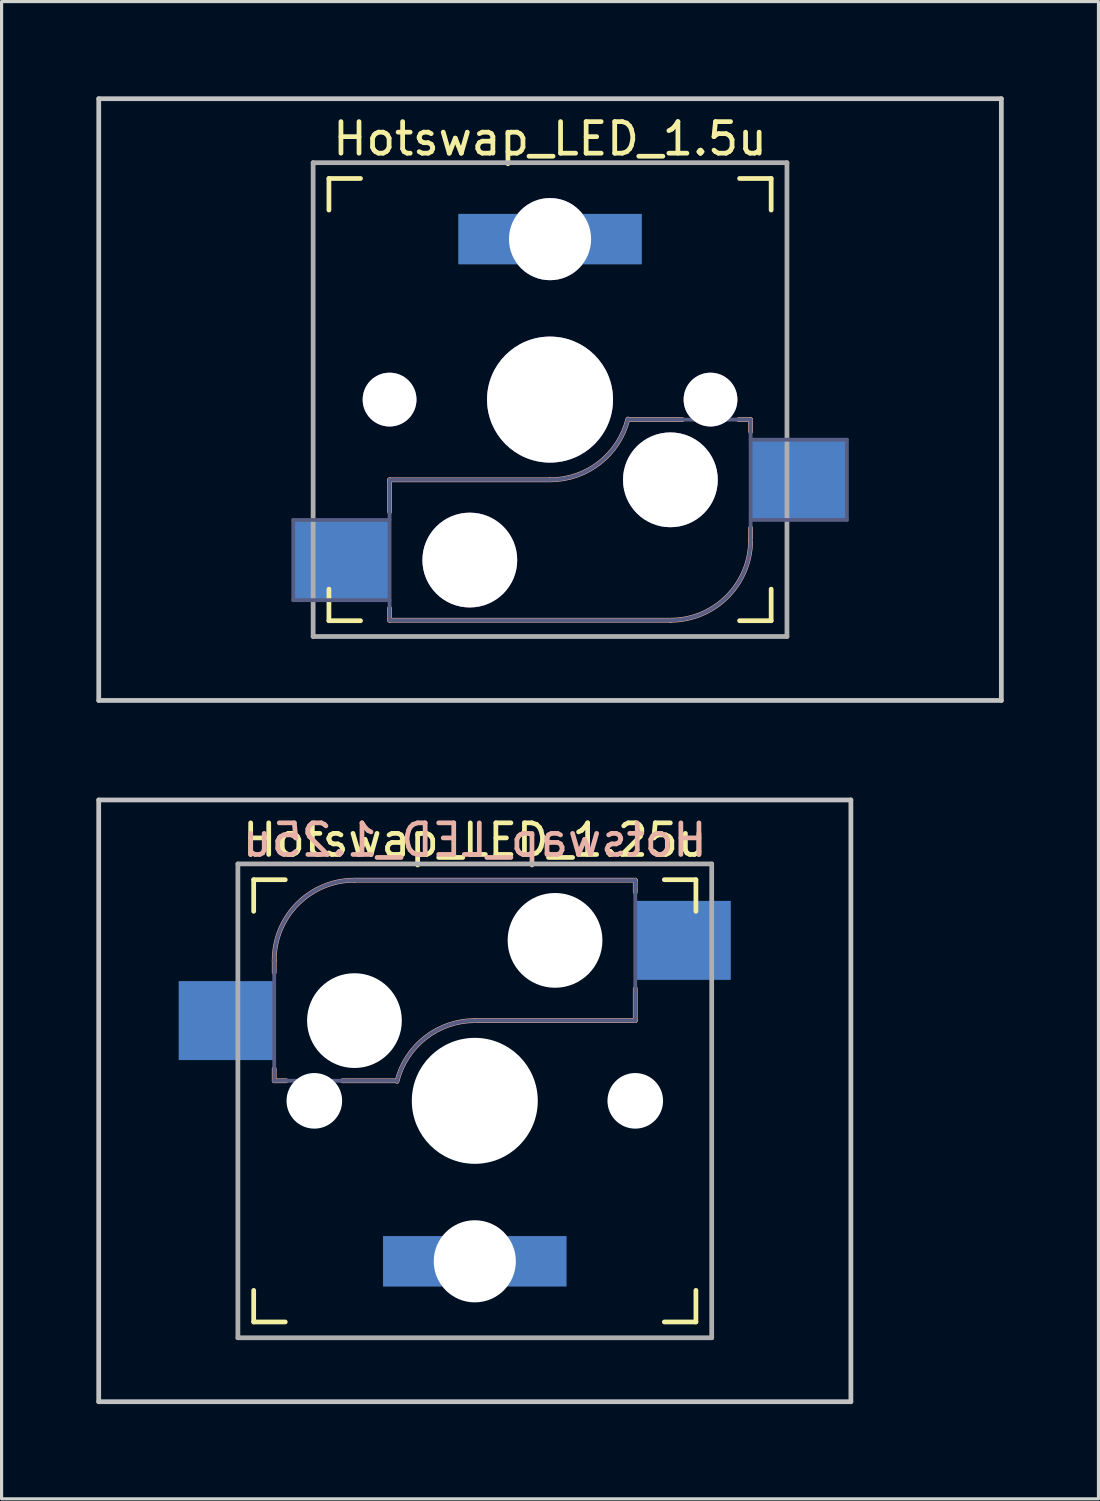
<source format=kicad_pcb>
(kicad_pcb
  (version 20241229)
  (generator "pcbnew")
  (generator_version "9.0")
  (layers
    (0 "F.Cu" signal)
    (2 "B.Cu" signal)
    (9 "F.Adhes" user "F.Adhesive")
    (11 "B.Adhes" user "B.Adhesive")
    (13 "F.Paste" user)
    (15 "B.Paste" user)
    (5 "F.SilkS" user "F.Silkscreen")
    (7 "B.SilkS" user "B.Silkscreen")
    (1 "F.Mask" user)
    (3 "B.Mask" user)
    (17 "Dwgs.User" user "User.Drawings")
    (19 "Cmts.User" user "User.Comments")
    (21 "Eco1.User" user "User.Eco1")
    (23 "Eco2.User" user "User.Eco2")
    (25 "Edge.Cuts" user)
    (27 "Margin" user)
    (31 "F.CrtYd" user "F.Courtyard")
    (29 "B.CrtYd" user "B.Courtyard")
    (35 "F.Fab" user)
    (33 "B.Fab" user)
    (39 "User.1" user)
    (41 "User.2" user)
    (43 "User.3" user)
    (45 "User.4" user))
  (footprint "Hotswap_LED_1.25u"
    (layer "F.Cu")
    (at 11.981 31.8)
    (property "Reference" "Hotswap_LED_1.25u" (at 0 -8.255 0) (layer "F.SilkS") (effects (font (size 1 1) (thickness 0.15))))
    (attr through_hole)
    (fp_line (start -7 -6) (end -7 -7) (stroke (width 0.15) (type solid)) (layer "F.SilkS"))
    (fp_line (start -7 7) (end -7 6) (stroke (width 0.15) (type solid)) (layer "F.SilkS"))
    (fp_line (start -7 7) (end -6 7) (stroke (width 0.15) (type solid)) (layer "F.SilkS"))
    (fp_line (start -6 -7) (end -7 -7) (stroke (width 0.15) (type solid)) (layer "F.SilkS"))
    (fp_line (start 6 7) (end 7 7) (stroke (width 0.15) (type solid)) (layer "F.SilkS"))
    (fp_line (start 7 -7) (end 6 -7) (stroke (width 0.15) (type solid)) (layer "F.SilkS"))
    (fp_line (start 7 -7) (end 7 -6) (stroke (width 0.15) (type solid)) (layer "F.SilkS"))
    (fp_line (start 7 6) (end 7 7) (stroke (width 0.15) (type solid)) (layer "F.SilkS"))
    (fp_line (start -6.35 -4.445) (end -6.35 -4.064) (stroke (width 0.15) (type solid)) (layer "B.SilkS"))
    (fp_line (start -6.35 -1.016) (end -6.35 -0.635) (stroke (width 0.15) (type solid)) (layer "B.SilkS"))
    (fp_line (start -6.35 -0.635) (end -5.969 -0.635) (stroke (width 0.15) (type solid)) (layer "B.SilkS"))
    (fp_line (start -4.191 -0.635) (end -2.54 -0.635) (stroke (width 0.15) (type solid)) (layer "B.SilkS"))
    (fp_line (start 0 -2.54) (end 5.08 -2.54) (stroke (width 0.15) (type solid)) (layer "B.SilkS"))
    (fp_line (start 5.08 -6.985) (end -3.81 -6.985) (stroke (width 0.15) (type solid)) (layer "B.SilkS"))
    (fp_line (start 5.08 -6.604) (end 5.08 -6.985) (stroke (width 0.15) (type solid)) (layer "B.SilkS"))
    (fp_line (start 5.08 -2.54) (end 5.08 -3.556) (stroke (width 0.15) (type solid)) (layer "B.SilkS"))
    (fp_arc (start -6.35 -4.445) (mid -5.606051 -6.241051) (end -3.81 -6.985) (stroke (width 0.15) (type solid)) (layer "B.SilkS"))
    (fp_arc (start -2.464162 -0.61604) (mid -1.563147 -2.002042) (end 0 -2.54) (stroke (width 0.15) (type solid)) (layer "B.SilkS"))
    (fp_line (start -11.906 -9.525) (end 11.906 -9.525) (stroke (width 0.15) (type solid)) (layer "Dwgs.User"))
    (fp_line (start -11.906 9.525) (end -11.906 -9.525) (stroke (width 0.15) (type solid)) (layer "Dwgs.User"))
    (fp_line (start -11.906 9.525) (end 11.906 9.525) (stroke (width 0.15) (type solid)) (layer "Dwgs.User"))
    (fp_line (start 11.906 -9.525) (end 11.906 9.525) (stroke (width 0.15) (type solid)) (layer "Dwgs.User"))
    (fp_line (start -6.9 6.9) (end -6.9 -6.9) (stroke (width 0.15) (type solid)) (layer "Eco2.User"))
    (fp_line (start -6.9 6.9) (end 6.9 6.9) (stroke (width 0.15) (type solid)) (layer "Eco2.User"))
    (fp_line (start 6.9 -6.9) (end -6.9 -6.9) (stroke (width 0.15) (type solid)) (layer "Eco2.User"))
    (fp_line (start 6.9 -6.9) (end 6.9 6.9) (stroke (width 0.15) (type solid)) (layer "Eco2.User"))
    (fp_line (start -6.35 -4.445) (end -6.35 -0.635) (stroke (width 0.12) (type solid)) (layer "B.Fab"))
    (fp_line (start -6.35 -0.635) (end -2.54 -0.635) (stroke (width 0.12) (type solid)) (layer "B.Fab"))
    (fp_line (start 0 -2.54) (end 5.08 -2.54) (stroke (width 0.12) (type solid)) (layer "B.Fab"))
    (fp_line (start 5.08 -6.985) (end -3.81 -6.985) (stroke (width 0.12) (type solid)) (layer "B.Fab"))
    (fp_line (start 5.08 -2.54) (end 5.08 -6.985) (stroke (width 0.12) (type solid)) (layer "B.Fab"))
    (fp_arc (start -6.35 -4.445) (mid -5.606051 -6.241051) (end -3.81 -6.985) (stroke (width 0.12) (type solid)) (layer "B.Fab"))
    (fp_arc (start -2.464162 -0.61604) (mid -1.563147 -2.002042) (end 0 -2.54) (stroke (width 0.12) (type solid)) (layer "B.Fab"))
    (fp_line (start -7.5 -7.5) (end 7.5 -7.5) (stroke (width 0.15) (type solid)) (layer "F.Fab"))
    (fp_line (start -7.5 7.5) (end -7.5 -7.5) (stroke (width 0.15) (type solid)) (layer "F.Fab"))
    (fp_line (start 7.5 -7.5) (end 7.5 7.5) (stroke (width 0.15) (type solid)) (layer "F.Fab"))
    (fp_line (start 7.5 7.5) (end -7.5 7.5) (stroke (width 0.15) (type solid)) (layer "F.Fab"))
    (fp_text user "${REFERENCE}" (at 0 -8.255 0) (layer "B.SilkS") (effects (font (size 1 1) (thickness 0.15)) (justify mirror)))
    (pad "" np_thru_hole circle (at -5.08 0 180) (size 1.76 1.76) (drill 1.76) (layers "*.Cu" "*.Mask"))
    (pad "" np_thru_hole circle (at -3.81 -2.54 180) (size 3 3) (drill 3) (layers "*.Cu" "*.Mask"))
    (pad "" np_thru_hole circle (at 0 0 180) (size 3.988 3.988) (drill 3.988) (layers "*.Cu" "*.Mask"))
    (pad "" np_thru_hole circle (at 0 5.08 180) (size 2.6 2.6) (drill 2.6) (layers "*.Cu" "*.Mask"))
    (pad "" np_thru_hole circle (at 2.54 -5.08 180) (size 3 3) (drill 3) (layers "*.Cu" "*.Mask"))
    (pad "" np_thru_hole circle (at 5.08 0 180) (size 1.76 1.76) (drill 1.76) (layers "*.Cu" "*.Mask"))
    (pad "1" smd rect (at -7.874 -2.54 180) (size 3 2.5) (layers "B.Cu" "B.Mask"))
    (pad "2" smd rect (at 6.604 -5.08 180) (size 3 2.5) (layers "B.Cu" "B.Mask"))
    (pad "A" smd rect (at -1.905 5.08 180) (size 2 1.598) (layers "B.Cu" "B.Mask"))
    (pad "K" smd rect (at 1.905 5.08 180) (size 2 1.598) (layers "B.Cu" "B.Mask")))
  (footprint "Hotswap_LED_1.5u"
    (layer "F.Cu")
    (at 14.363 9.6)
    (property "Reference" "Hotswap_LED_1.5u" (at 0 -8.255 0) (layer "F.SilkS") (effects (font (size 1 1) (thickness 0.15))))
    (attr through_hole)
    (fp_line (start -7 -6) (end -7 -7) (stroke (width 0.15) (type solid)) (layer "F.SilkS"))
    (fp_line (start -7 7) (end -7 6) (stroke (width 0.15) (type solid)) (layer "F.SilkS"))
    (fp_line (start -7 7) (end -6 7) (stroke (width 0.15) (type solid)) (layer "F.SilkS"))
    (fp_line (start -6 -7) (end -7 -7) (stroke (width 0.15) (type solid)) (layer "F.SilkS"))
    (fp_line (start 6 7) (end 7 7) (stroke (width 0.15) (type solid)) (layer "F.SilkS"))
    (fp_line (start 7 -7) (end 6 -7) (stroke (width 0.15) (type solid)) (layer "F.SilkS"))
    (fp_line (start 7 -7) (end 7 -6) (stroke (width 0.15) (type solid)) (layer "F.SilkS"))
    (fp_line (start 7 6) (end 7 7) (stroke (width 0.15) (type solid)) (layer "F.SilkS"))
    (fp_line (start -5.08 2.54) (end -5.08 3.556) (stroke (width 0.15) (type solid)) (layer "B.SilkS"))
    (fp_line (start -5.08 6.604) (end -5.08 6.985) (stroke (width 0.15) (type solid)) (layer "B.SilkS"))
    (fp_line (start -5.08 6.985) (end 3.81 6.985) (stroke (width 0.15) (type solid)) (layer "B.SilkS"))
    (fp_line (start 0 2.54) (end -5.08 2.54) (stroke (width 0.15) (type solid)) (layer "B.SilkS"))
    (fp_line (start 4.191 0.635) (end 2.54 0.635) (stroke (width 0.15) (type solid)) (layer "B.SilkS"))
    (fp_line (start 6.35 0.635) (end 5.969 0.635) (stroke (width 0.15) (type solid)) (layer "B.SilkS"))
    (fp_line (start 6.35 1.016) (end 6.35 0.635) (stroke (width 0.15) (type solid)) (layer "B.SilkS"))
    (fp_line (start 6.35 4.445) (end 6.35 4.064) (stroke (width 0.15) (type solid)) (layer "B.SilkS"))
    (fp_arc (start 2.464162 0.61604) (mid 1.563147 2.002042) (end 0 2.54) (stroke (width 0.15) (type solid)) (layer "B.SilkS"))
    (fp_arc (start 6.35 4.445) (mid 5.606051 6.241051) (end 3.81 6.985) (stroke (width 0.15) (type solid)) (layer "B.SilkS"))
    (fp_line (start -14.287 -9.525) (end 14.287 -9.525) (stroke (width 0.15) (type solid)) (layer "Dwgs.User"))
    (fp_line (start -14.287 9.525) (end -14.287 -9.525) (stroke (width 0.15) (type solid)) (layer "Dwgs.User"))
    (fp_line (start -14.287 9.525) (end 14.287 9.525) (stroke (width 0.15) (type solid)) (layer "Dwgs.User"))
    (fp_line (start 14.287 -9.525) (end 14.287 9.525) (stroke (width 0.15) (type solid)) (layer "Dwgs.User"))
    (fp_line (start -6.9 6.9) (end -6.9 -6.9) (stroke (width 0.15) (type solid)) (layer "Eco2.User"))
    (fp_line (start -6.9 6.9) (end 6.9 6.9) (stroke (width 0.15) (type solid)) (layer "Eco2.User"))
    (fp_line (start 6.9 -6.9) (end -6.9 -6.9) (stroke (width 0.15) (type solid)) (layer "Eco2.User"))
    (fp_line (start 6.9 -6.9) (end 6.9 6.9) (stroke (width 0.15) (type solid)) (layer "Eco2.User"))
    (fp_line (start -8.128 3.81) (end -8.128 6.35) (stroke (width 0.12) (type solid)) (layer "B.Fab"))
    (fp_line (start -8.128 6.35) (end -5.08 6.35) (stroke (width 0.12) (type solid)) (layer "B.Fab"))
    (fp_line (start -5.08 2.54) (end -5.08 6.985) (stroke (width 0.12) (type solid)) (layer "B.Fab"))
    (fp_line (start -5.08 3.81) (end -8.128 3.81) (stroke (width 0.12) (type solid)) (layer "B.Fab"))
    (fp_line (start -5.08 6.985) (end 3.81 6.985) (stroke (width 0.12) (type solid)) (layer "B.Fab"))
    (fp_line (start 0 2.54) (end -5.08 2.54) (stroke (width 0.12) (type solid)) (layer "B.Fab"))
    (fp_line (start 6.35 0.635) (end 2.54 0.635) (stroke (width 0.12) (type solid)) (layer "B.Fab"))
    (fp_line (start 6.35 3.81) (end 9.398 3.81) (stroke (width 0.12) (type solid)) (layer "B.Fab"))
    (fp_line (start 6.35 4.445) (end 6.35 0.635) (stroke (width 0.12) (type solid)) (layer "B.Fab"))
    (fp_line (start 9.398 1.27) (end 6.35 1.27) (stroke (width 0.12) (type solid)) (layer "B.Fab"))
    (fp_line (start 9.398 3.81) (end 9.398 1.27) (stroke (width 0.12) (type solid)) (layer "B.Fab"))
    (fp_arc (start 2.464162 0.61604) (mid 1.563147 2.002042) (end 0 2.54) (stroke (width 0.12) (type solid)) (layer "B.Fab"))
    (fp_arc (start 6.35 4.445) (mid 5.606051 6.241051) (end 3.81 6.985) (stroke (width 0.12) (type solid)) (layer "B.Fab"))
    (fp_line (start -7.5 -7.5) (end 7.5 -7.5) (stroke (width 0.15) (type solid)) (layer "F.Fab"))
    (fp_line (start -7.5 7.5) (end -7.5 -7.5) (stroke (width 0.15) (type solid)) (layer "F.Fab"))
    (fp_line (start 7.5 -7.5) (end 7.5 7.5) (stroke (width 0.15) (type solid)) (layer "F.Fab"))
    (fp_line (start 7.5 7.5) (end -7.5 7.5) (stroke (width 0.15) (type solid)) (layer "F.Fab"))
    (pad "" thru_hole circle (at -5.08 0) (size 1.702 1.702) (drill 1.702) (layers "*.Cu" "*.Mask"))
    (pad "" thru_hole circle (at -2.54 5.08) (size 3 3) (drill 3) (layers "*.Cu" "*.Mask"))
    (pad "" thru_hole circle (at 0 -5.08) (size 2.6 2.6) (drill 2.6) (layers "*.Cu" "*.Mask"))
    (pad "" thru_hole circle (at 0 0) (size 3.988 3.988) (drill 3.988) (layers "*.Cu" "*.Mask"))
    (pad "" thru_hole circle (at 3.81 2.54) (size 3 3) (drill 3) (layers "*.Cu" "*.Mask"))
    (pad "" thru_hole circle (at 5.08 0) (size 1.702 1.702) (drill 1.702) (layers "*.Cu" "*.Mask"))
    (pad "1" smd rect (at -6.604 5.08) (size 3 2.5) (layers "B.Cu"))
    (pad "2" smd rect (at 7.874 2.54) (size 3 2.5) (layers "B.Cu"))
    (pad "A" smd rect (at 1.905 -5.08) (size 2 1.598) (layers "B.Cu"))
    (pad "K" smd rect (at -1.905 -5.08) (size 2 1.598) (layers "B.Cu")))
  (gr_rect
    (start -3 -3)
    (end 31.725 44.4)
    (stroke (width 0.1) (type default))
    (fill no)
    (layer "Edge.Cuts")))
</source>
